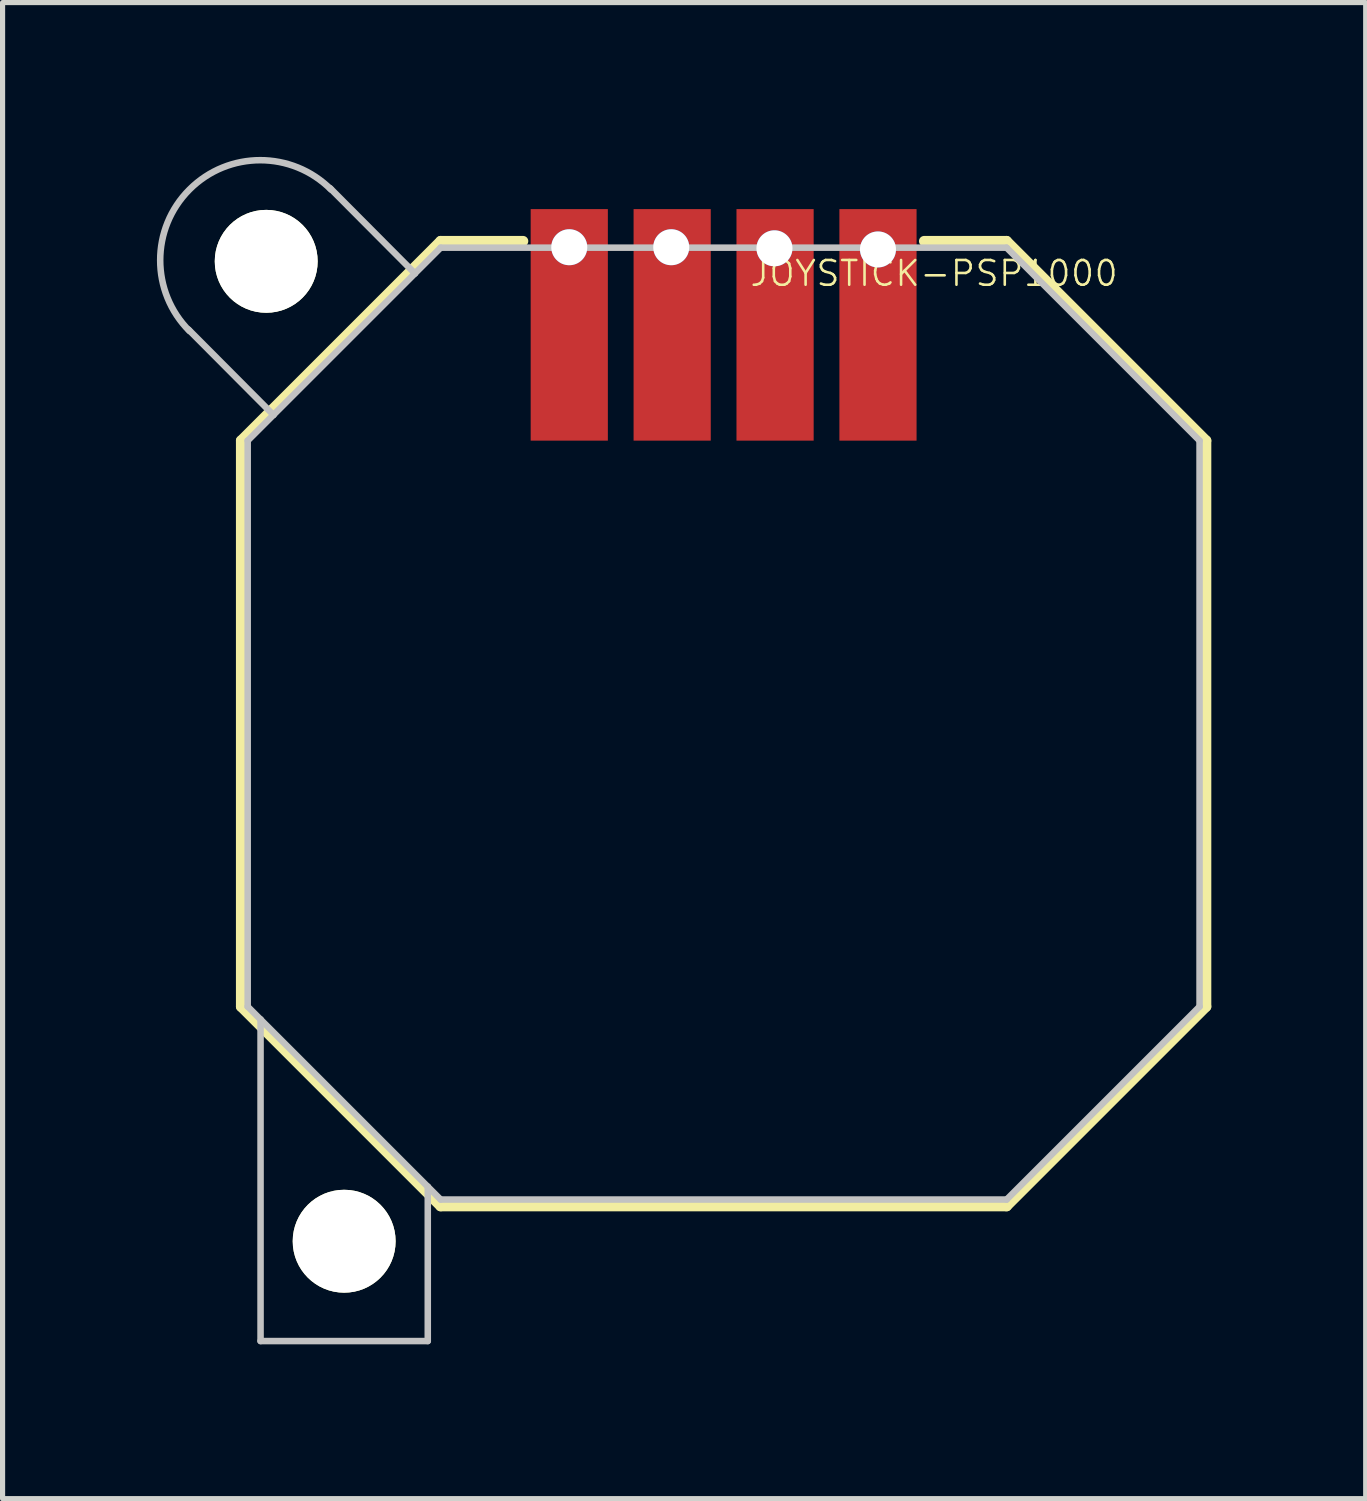
<source format=kicad_pcb>
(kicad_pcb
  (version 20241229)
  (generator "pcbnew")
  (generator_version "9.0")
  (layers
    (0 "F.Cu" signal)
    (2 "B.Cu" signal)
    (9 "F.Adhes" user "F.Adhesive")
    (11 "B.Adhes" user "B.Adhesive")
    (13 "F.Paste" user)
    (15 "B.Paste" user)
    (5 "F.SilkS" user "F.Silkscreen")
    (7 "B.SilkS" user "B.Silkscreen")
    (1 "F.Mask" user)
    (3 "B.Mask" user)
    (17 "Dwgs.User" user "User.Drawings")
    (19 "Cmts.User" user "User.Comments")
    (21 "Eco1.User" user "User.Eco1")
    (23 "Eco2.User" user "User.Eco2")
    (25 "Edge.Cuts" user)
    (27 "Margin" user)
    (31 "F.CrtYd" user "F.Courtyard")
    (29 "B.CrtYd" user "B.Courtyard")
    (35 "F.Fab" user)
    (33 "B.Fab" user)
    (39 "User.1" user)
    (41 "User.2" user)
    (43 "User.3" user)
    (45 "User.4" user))
  (footprint "JOYSTICK-PSP1000"
    (layer "F.Cu")
    (at 10.104 11.014)
    (property "Reference" "JOYSTICK-PSP1000" (at 5 -8.75 0) (layer "F.SilkS") (effects (font (size 0.481 0.481) (thickness 0.05))))
    (attr smd)
    (fp_line (start -8.467 5.5) (end -8.467 -5.5) (stroke (width 0.203) (type solid)) (layer "F.SilkS"))
    (fp_line (start -8.467 5.5) (end -4.59 9.377) (stroke (width 0.203) (type solid)) (layer "F.SilkS"))
    (fp_line (start -4.59 -9.377) (end -8.467 -5.5) (stroke (width 0.203) (type solid)) (layer "F.SilkS"))
    (fp_line (start -4.59 -9.377) (end -2.988 -9.377) (stroke (width 0.203) (type solid)) (layer "F.SilkS"))
    (fp_line (start -4.59 9.377) (end 6.41 9.377) (stroke (width 0.203) (type solid)) (layer "F.SilkS"))
    (fp_line (start 4.808 -9.377) (end 6.41 -9.377) (stroke (width 0.203) (type solid)) (layer "F.SilkS"))
    (fp_line (start 6.41 -9.377) (end 10.287 -5.5) (stroke (width 0.203) (type solid)) (layer "F.SilkS"))
    (fp_line (start 10.287 5.5) (end 6.41 9.377) (stroke (width 0.203) (type solid)) (layer "F.SilkS"))
    (fp_line (start 10.287 5.5) (end 10.287 -5.5) (stroke (width 0.203) (type solid)) (layer "F.SilkS"))
    (fp_line (start -9.49 -7.658) (end -7.84 -6) (stroke (width 0.127) (type solid)) (layer "Dwgs.User"))
    (fp_line (start -8.34 5.5) (end -8.34 -5.5) (stroke (width 0.127) (type solid)) (layer "Dwgs.User"))
    (fp_line (start -8.34 5.5) (end -8.09 5.75) (stroke (width 0.127) (type solid)) (layer "Dwgs.User"))
    (fp_line (start -8.09 5.75) (end -8.09 12) (stroke (width 0.127) (type solid)) (layer "Dwgs.User"))
    (fp_line (start -8.09 5.75) (end -4.84 9) (stroke (width 0.127) (type solid)) (layer "Dwgs.User"))
    (fp_line (start -8.09 12) (end -4.84 12) (stroke (width 0.127) (type solid)) (layer "Dwgs.User"))
    (fp_line (start -7.84 -6) (end -8.34 -5.5) (stroke (width 0.127) (type solid)) (layer "Dwgs.User"))
    (fp_line (start -6.74 -10.408) (end -5.09 -8.75) (stroke (width 0.127) (type solid)) (layer "Dwgs.User"))
    (fp_line (start -5.09 -8.75) (end -7.84 -6) (stroke (width 0.127) (type solid)) (layer "Dwgs.User"))
    (fp_line (start -4.84 9) (end -4.59 9.25) (stroke (width 0.127) (type solid)) (layer "Dwgs.User"))
    (fp_line (start -4.84 12) (end -4.84 9) (stroke (width 0.127) (type solid)) (layer "Dwgs.User"))
    (fp_line (start -4.59 -9.25) (end -5.09 -8.75) (stroke (width 0.127) (type solid)) (layer "Dwgs.User"))
    (fp_line (start -4.59 -9.25) (end 6.41 -9.25) (stroke (width 0.127) (type solid)) (layer "Dwgs.User"))
    (fp_line (start -4.59 9.25) (end 6.41 9.25) (stroke (width 0.127) (type solid)) (layer "Dwgs.User"))
    (fp_line (start 6.41 -9.25) (end 10.16 -5.5) (stroke (width 0.127) (type solid)) (layer "Dwgs.User"))
    (fp_line (start 10.16 5.5) (end 6.41 9.25) (stroke (width 0.127) (type solid)) (layer "Dwgs.User"))
    (fp_line (start 10.16 5.5) (end 10.16 -5.5) (stroke (width 0.127) (type solid)) (layer "Dwgs.User"))
    (fp_arc (start -9.4709 -7.6309) (mid -9.4709 -10.3809) (end -6.7209 -10.3809) (stroke (width 0.127) (type solid)) (layer "Dwgs.User"))
    (pad "" np_thru_hole circle (at -7.98 -8.985) (size 2 2) (drill 2) (layers "*.Cu" "*.Mask" "F.SilkS"))
    (pad "" np_thru_hole circle (at -6.465 10.06) (size 2 2) (drill 2) (layers "*.Cu" "*.Mask" "F.SilkS"))
    (pad "" thru_hole circle (at -2.09 -9.259) (size 0.7 0.7) (drill 0.7) (layers "*.Cu" "*.Mask"))
    (pad "" thru_hole circle (at -0.108 -9.259) (size 0.7 0.7) (drill 0.7) (layers "*.Cu" "*.Mask"))
    (pad "" thru_hole circle (at 1.898 -9.238) (size 0.7 0.7) (drill 0.7) (layers "*.Cu" "*.Mask"))
    (pad "" thru_hole circle (at 3.91 -9.216) (size 0.7 0.7) (drill 0.7) (layers "*.Cu" "*.Mask"))
    (pad "1" smd rect (at 3.91 -7.75 90) (size 4.5 1.5) (layers "F.Cu" "F.Mask" "F.Paste"))
    (pad "2" smd rect (at 1.91 -7.75 90) (size 4.5 1.5) (layers "F.Cu" "F.Mask" "F.Paste"))
    (pad "3" smd rect (at -0.09 -7.75 90) (size 4.5 1.5) (layers "F.Cu" "F.Mask" "F.Paste"))
    (pad "4" smd rect (at -2.09 -7.75 90) (size 4.5 1.5) (layers "F.Cu" "F.Mask" "F.Paste")))
  (gr_rect
    (start -3 -3)
    (end 23.493 26.077)
    (stroke (width 0.1) (type default))
    (fill no)
    (layer "Edge.Cuts")))
</source>
